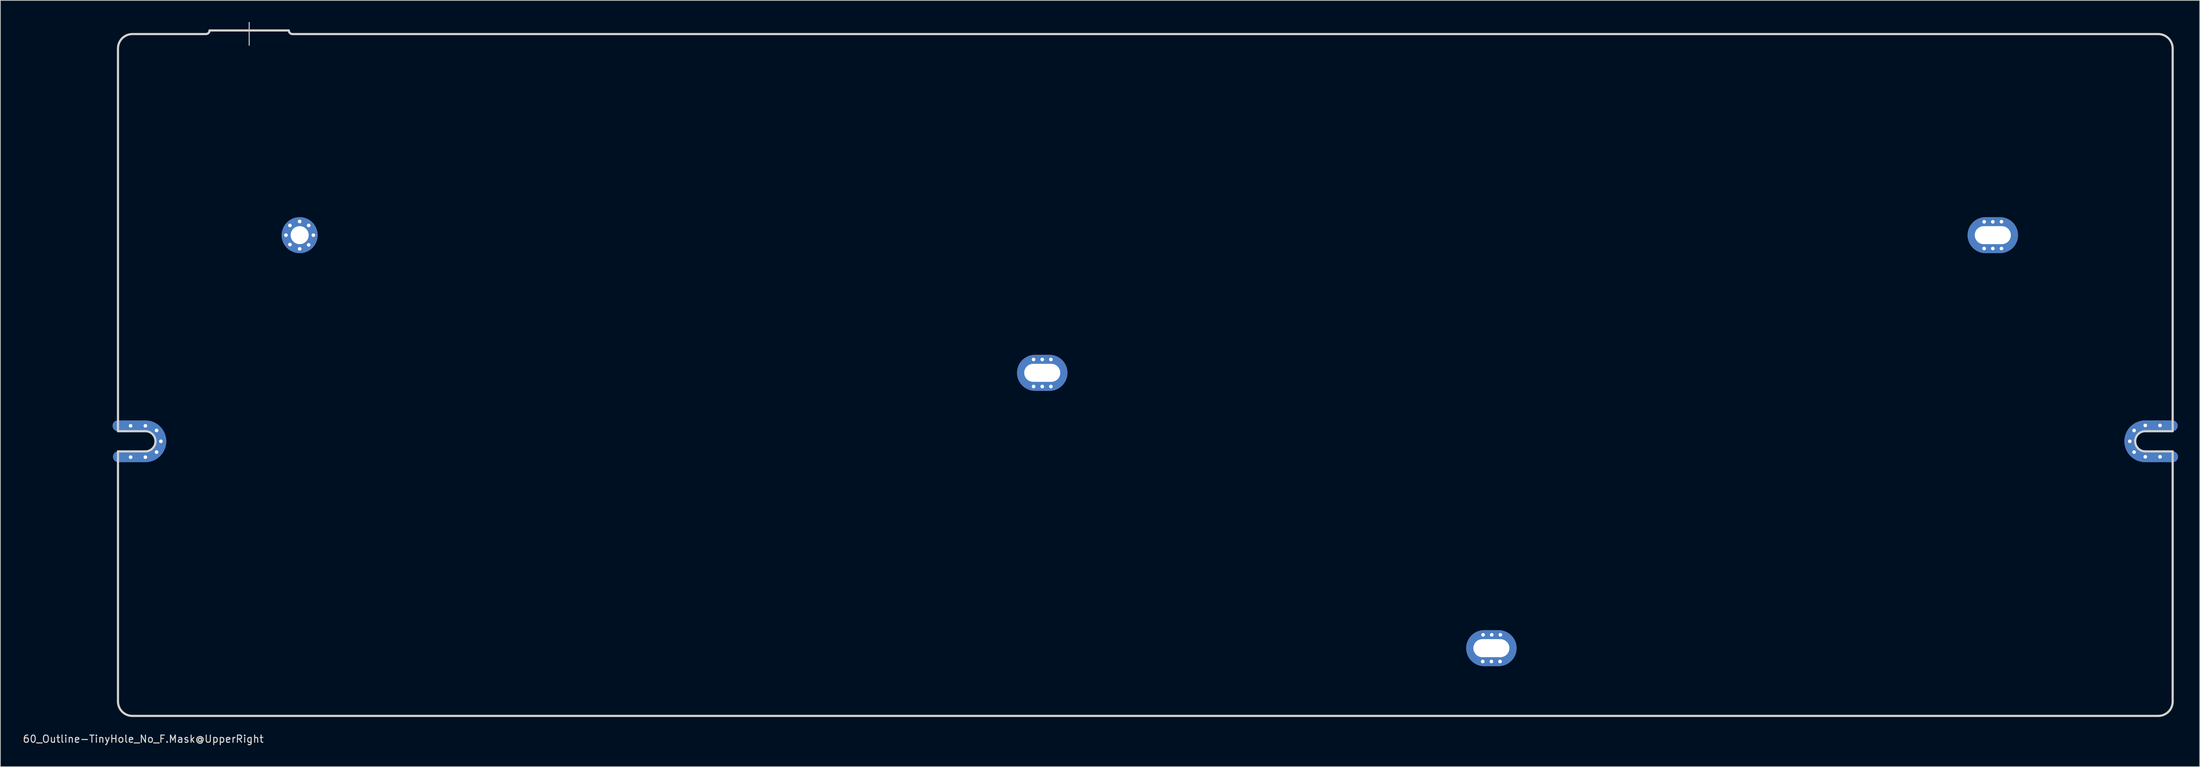
<source format=kicad_pcb>
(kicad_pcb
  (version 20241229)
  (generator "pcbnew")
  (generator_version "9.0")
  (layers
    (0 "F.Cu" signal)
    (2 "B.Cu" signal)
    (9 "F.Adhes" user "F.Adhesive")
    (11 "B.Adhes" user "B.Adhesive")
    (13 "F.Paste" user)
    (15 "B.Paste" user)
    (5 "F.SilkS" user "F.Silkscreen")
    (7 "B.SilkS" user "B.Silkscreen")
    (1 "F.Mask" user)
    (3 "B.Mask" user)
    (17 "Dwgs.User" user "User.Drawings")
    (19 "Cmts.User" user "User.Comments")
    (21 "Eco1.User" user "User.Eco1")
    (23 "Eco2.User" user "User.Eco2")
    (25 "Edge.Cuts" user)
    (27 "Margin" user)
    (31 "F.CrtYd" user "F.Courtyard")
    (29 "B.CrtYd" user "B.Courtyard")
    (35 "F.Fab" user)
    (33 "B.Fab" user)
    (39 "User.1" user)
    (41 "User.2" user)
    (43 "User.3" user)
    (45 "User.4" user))
  (footprint "60_Outline-TinyHole_No_F.Mask@UpperRight"
    (layer "F.Cu")
    (at 155.815 48.975)
    (property "Reference" "60_Outline-TinyHole_No_F.Mask@UpperRight" (at -139 50.5 0) (layer "Edge.Cuts") (effects (font (size 1 1) (thickness 0.15))))
    (attr through_hole)
    (fp_line (start -142.5 7.05) (end -138.7 7.05) (stroke (width 1.5) (type solid)) (layer "F.Cu"))
    (fp_line (start -142.45 11.35) (end -138.65 11.35) (stroke (width 1.5) (type solid)) (layer "F.Cu"))
    (fp_line (start 142.45 7.05) (end 138.65 7.05) (stroke (width 1.5) (type solid)) (layer "F.Cu"))
    (fp_line (start 142.5 11.35) (end 138.7 11.35) (stroke (width 1.5) (type solid)) (layer "F.Cu"))
    (fp_arc (start -138.7 7.05) (mid -137.17972 7.67972) (end -136.55 9.2) (stroke (width 1.5) (type solid)) (layer "F.Cu"))
    (fp_arc (start -136.55 9.2) (mid -137.17972 10.72028) (end -138.7 11.35) (stroke (width 1.5) (type solid)) (layer "F.Cu"))
    (fp_arc (start 136.55 9.2) (mid 137.17972 7.67972) (end 138.7 7.05) (stroke (width 1.5) (type solid)) (layer "F.Cu"))
    (fp_arc (start 138.7 11.35) (mid 137.17972 10.72028) (end 136.55 9.2) (stroke (width 1.5) (type solid)) (layer "F.Cu"))
    (fp_line (start -142.5 7.05) (end -138.7 7.05) (stroke (width 1.5) (type solid)) (layer "F.Mask"))
    (fp_line (start -142.45 11.35) (end -138.65 11.35) (stroke (width 1.5) (type solid)) (layer "F.Mask"))
    (fp_line (start 142.45 7.05) (end 138.65 7.05) (stroke (width 1.5) (type solid)) (layer "F.Mask"))
    (fp_line (start 142.5 11.35) (end 138.7 11.35) (stroke (width 1.5) (type solid)) (layer "F.Mask"))
    (fp_arc (start -138.7 7.05) (mid -137.17972 7.67972) (end -136.55 9.2) (stroke (width 1.5) (type solid)) (layer "F.Mask"))
    (fp_arc (start -136.55 9.2) (mid -137.17972 10.72028) (end -138.7 11.35) (stroke (width 1.5) (type solid)) (layer "F.Mask"))
    (fp_arc (start 136.55 9.2) (mid 137.17972 7.67972) (end 138.7 7.05) (stroke (width 1.5) (type solid)) (layer "F.Mask"))
    (fp_arc (start 138.7 11.35) (mid 137.17972 10.72028) (end 136.55 9.2) (stroke (width 1.5) (type solid)) (layer "F.Mask"))
    (fp_line (start -142.5 7.05) (end -138.7 7.05) (stroke (width 1.5) (type solid)) (layer "B.Cu"))
    (fp_line (start -142.45 11.35) (end -138.65 11.35) (stroke (width 1.5) (type solid)) (layer "B.Cu"))
    (fp_line (start 142.45 7.05) (end 138.65 7.05) (stroke (width 1.5) (type solid)) (layer "B.Cu"))
    (fp_line (start 142.5 11.35) (end 138.7 11.35) (stroke (width 1.5) (type solid)) (layer "B.Cu"))
    (fp_arc (start -138.7 7.05) (mid -137.17972 7.67972) (end -136.55 9.2) (stroke (width 1.5) (type solid)) (layer "B.Cu"))
    (fp_arc (start -136.55 9.2) (mid -137.17972 10.72028) (end -138.7 11.35) (stroke (width 1.5) (type solid)) (layer "B.Cu"))
    (fp_arc (start 136.55 9.2) (mid 137.17972 7.67972) (end 138.7 7.05) (stroke (width 1.5) (type solid)) (layer "B.Cu"))
    (fp_arc (start 138.7 11.35) (mid 137.17972 10.72028) (end 136.55 9.2) (stroke (width 1.5) (type solid)) (layer "B.Cu"))
    (fp_line (start -142.5 7.05) (end -138.7 7.05) (stroke (width 1.5) (type solid)) (layer "B.Mask"))
    (fp_line (start -142.45 11.35) (end -138.65 11.35) (stroke (width 1.5) (type solid)) (layer "B.Mask"))
    (fp_line (start 142.45 7.05) (end 138.65 7.05) (stroke (width 1.5) (type solid)) (layer "B.Mask"))
    (fp_line (start 142.5 11.35) (end 138.7 11.35) (stroke (width 1.5) (type solid)) (layer "B.Mask"))
    (fp_arc (start -138.7 7.05) (mid -137.17972 7.67972) (end -136.55 9.2) (stroke (width 1.5) (type solid)) (layer "B.Mask"))
    (fp_arc (start -136.55 9.2) (mid -137.17972 10.72028) (end -138.7 11.35) (stroke (width 1.5) (type solid)) (layer "B.Mask"))
    (fp_arc (start 136.55 9.2) (mid 137.17972 7.67972) (end 138.7 7.05) (stroke (width 1.5) (type solid)) (layer "B.Mask"))
    (fp_arc (start 138.7 11.35) (mid 137.17972 10.72028) (end 136.55 9.2) (stroke (width 1.5) (type solid)) (layer "B.Mask"))
    (fp_line (start -124.3 -48.9) (end -124.3 -45.75) (stroke (width 0.15) (type solid)) (layer "Dwgs.User"))
    (fp_line (start -142.5 7.8) (end -142.5 -45.3) (stroke (width 0.3) (type solid)) (layer "Edge.Cuts"))
    (fp_line (start -142.5 10.6) (end -138.7 10.6) (stroke (width 0.3) (type solid)) (layer "Edge.Cuts"))
    (fp_line (start -142.5 45.3) (end -142.5 10.6) (stroke (width 0.3) (type solid)) (layer "Edge.Cuts"))
    (fp_line (start -140.5 -47.3) (end -130.3 -47.3) (stroke (width 0.3) (type solid)) (layer "Edge.Cuts"))
    (fp_line (start -138.7 7.8) (end -142.5 7.8) (stroke (width 0.3) (type solid)) (layer "Edge.Cuts"))
    (fp_line (start -129.8 -47.8) (end -118.8 -47.8) (stroke (width 0.3) (type solid)) (layer "Edge.Cuts"))
    (fp_line (start 138.7 7.8) (end 142.5 7.8) (stroke (width 0.3) (type solid)) (layer "Edge.Cuts"))
    (fp_line (start 138.7 10.6) (end 142.5 10.6) (stroke (width 0.3) (type solid)) (layer "Edge.Cuts"))
    (fp_line (start 140.5 -47.3) (end -118.3 -47.3) (stroke (width 0.3) (type solid)) (layer "Edge.Cuts"))
    (fp_line (start 140.5 47.3) (end -140.5 47.3) (stroke (width 0.3) (type solid)) (layer "Edge.Cuts"))
    (fp_line (start 142.5 7.8) (end 142.5 -45.3) (stroke (width 0.3) (type solid)) (layer "Edge.Cuts"))
    (fp_line (start 142.5 10.6) (end 142.5 45.3) (stroke (width 0.3) (type solid)) (layer "Edge.Cuts"))
    (fp_arc (start -142.5 -45.3) (mid -141.914214 -46.714214) (end -140.5 -47.3) (stroke (width 0.3) (type solid)) (layer "Edge.Cuts"))
    (fp_arc (start -140.5 47.3) (mid -141.914214 46.714214) (end -142.5 45.3) (stroke (width 0.3) (type solid)) (layer "Edge.Cuts"))
    (fp_arc (start -138.7 7.8) (mid -137.710051 8.210051) (end -137.3 9.2) (stroke (width 0.3) (type solid)) (layer "Edge.Cuts"))
    (fp_arc (start -137.3 9.2) (mid -137.710051 10.189949) (end -138.7 10.6) (stroke (width 0.3) (type solid)) (layer "Edge.Cuts"))
    (fp_arc (start -129.8 -47.8) (mid -129.946447 -47.446447) (end -130.3 -47.3) (stroke (width 0.3) (type solid)) (layer "Edge.Cuts"))
    (fp_arc (start -118.3 -47.3) (mid -118.653553 -47.446447) (end -118.8 -47.8) (stroke (width 0.3) (type solid)) (layer "Edge.Cuts"))
    (fp_arc (start 137.3 9.2) (mid 137.710051 8.210051) (end 138.7 7.8) (stroke (width 0.3) (type solid)) (layer "Edge.Cuts"))
    (fp_arc (start 138.7 10.6) (mid 137.710051 10.189949) (end 137.3 9.2) (stroke (width 0.3) (type solid)) (layer "Edge.Cuts"))
    (fp_arc (start 140.5 -47.3) (mid 141.914214 -46.714214) (end 142.5 -45.3) (stroke (width 0.3) (type solid)) (layer "Edge.Cuts"))
    (fp_arc (start 142.5 45.3) (mid 141.914214 46.714214) (end 140.5 47.3) (stroke (width 0.3) (type solid)) (layer "Edge.Cuts"))
    (pad "1" thru_hole circle (at -140.75 7.05) (size 1 1) (drill 0.5) (layers "*.Cu" "*.Mask"))
    (pad "1" thru_hole circle (at -140.742 11.4) (size 1 1) (drill 0.5) (layers "*.Cu" "*.Mask"))
    (pad "1" thru_hole circle (at -138.7 7.05) (size 1 1) (drill 0.5) (layers "*.Cu" "*.Mask"))
    (pad "1" thru_hole circle (at -138.7 11.4) (size 1 1) (drill 0.5) (layers "*.Cu" "*.Mask"))
    (pad "1" thru_hole circle (at -137.15 7.7) (size 1 1) (drill 0.5) (layers "*.Cu" "*.Mask"))
    (pad "1" thru_hole circle (at -137.15 10.7 180) (size 1 1) (drill 0.5) (layers "*.Cu" "*.Mask"))
    (pad "1" thru_hole circle (at -136.55 9.2) (size 1 1) (drill 0.5) (layers "*.Cu" "*.Mask"))
    (pad "1" thru_hole circle (at -119.2 -19.4) (size 1 1) (drill 0.5) (layers "*.Cu" "*.Mask"))
    (pad "1" thru_hole circle (at -118.65 -20.75) (size 1 1) (drill 0.5) (layers "*.Cu" "*.Mask"))
    (pad "1" thru_hole circle (at -118.65 -18.1) (size 1 1) (drill 0.5) (layers "*.Cu" "*.Mask"))
    (pad "1" thru_hole circle (at -117.3 -21.3) (size 1 1) (drill 0.5) (layers "*.Cu" "*.Mask"))
    (pad "1" thru_hole circle (at -117.3 -19.4) (size 5 5) (drill 2.499) (layers "*.Cu" "*.Mask"))
    (pad "1" thru_hole circle (at -117.3 -17.5) (size 1 1) (drill 0.5) (layers "*.Cu" "*.Mask"))
    (pad "1" thru_hole circle (at -116.05 -20.75) (size 1 1) (drill 0.5) (layers "*.Cu" "*.Mask"))
    (pad "1" thru_hole circle (at -116.05 -18.05) (size 1 1) (drill 0.5) (layers "*.Cu" "*.Mask"))
    (pad "1" thru_hole circle (at -115.4 -19.4) (size 1 1) (drill 0.5) (layers "*.Cu" "*.Mask"))
    (pad "1" thru_hole circle (at -15.5 -2.15) (size 1 1) (drill 0.5) (layers "*.Cu" "*.Mask"))
    (pad "1" thru_hole circle (at -15.5 1.6) (size 1 1) (drill 0.5) (layers "*.Cu" "*.Mask"))
    (pad "1" thru_hole circle (at -14.3 -2.15) (size 1 1) (drill 0.5) (layers "*.Cu" "*.Mask"))
    (pad "1" thru_hole oval (at -14.3 -0.3) (size 7 5) (drill oval 5.001 2.499) (layers "*.Cu" "*.Mask"))
    (pad "1" thru_hole circle (at -14.3 1.6) (size 1 1) (drill 0.5) (layers "*.Cu" "*.Mask"))
    (pad "1" thru_hole circle (at -13.1 -2.15) (size 1 1) (drill 0.5) (layers "*.Cu" "*.Mask"))
    (pad "1" thru_hole circle (at -13.1 1.6) (size 1 1) (drill 0.5) (layers "*.Cu" "*.Mask"))
    (pad "1" thru_hole circle (at 46.8 39.75) (size 1 1) (drill 0.5) (layers "*.Cu" "*.Mask"))
    (pad "1" thru_hole circle (at 46.85 36.05) (size 1 1) (drill 0.5) (layers "*.Cu" "*.Mask"))
    (pad "1" thru_hole oval (at 48 37.9) (size 7 5) (drill oval 5.001 2.499) (layers "*.Cu" "*.Mask"))
    (pad "1" thru_hole circle (at 48 39.75) (size 1 1) (drill 0.5) (layers "*.Cu" "*.Mask"))
    (pad "1" thru_hole circle (at 48.05 36.05) (size 1 1) (drill 0.5) (layers "*.Cu" "*.Mask"))
    (pad "1" thru_hole circle (at 49.2 39.75) (size 1 1) (drill 0.5) (layers "*.Cu" "*.Mask"))
    (pad "1" thru_hole circle (at 49.25 36.05) (size 1 1) (drill 0.5) (layers "*.Cu" "*.Mask"))
    (pad "1" thru_hole circle (at 116.35 -21.25) (size 1 1) (drill 0.5) (layers "*.Cu" "*.Mask"))
    (pad "1" thru_hole circle (at 116.35 -17.55) (size 1 1) (drill 0.5) (layers "*.Cu" "*.Mask"))
    (pad "1" thru_hole circle (at 117.55 -21.25) (size 1 1) (drill 0.5) (layers "*.Cu" "*.Mask"))
    (pad "1" thru_hole oval (at 117.55 -19.4) (size 7 5) (drill oval 5.001 2.499) (layers "*.Cu" "F.Mask"))
    (pad "1" thru_hole circle (at 117.55 -17.55) (size 1 1) (drill 0.5) (layers "*.Cu" "*.Mask"))
    (pad "1" thru_hole circle (at 118.75 -21.267) (size 1 1) (drill 0.5) (layers "*.Cu" "*.Mask"))
    (pad "1" thru_hole circle (at 118.75 -17.55) (size 1 1) (drill 0.5) (layers "*.Cu" "*.Mask"))
    (pad "1" thru_hole circle (at 136.55 9.2 180) (size 1 1) (drill 0.5) (layers "*.Cu" "*.Mask"))
    (pad "1" thru_hole circle (at 137.15 7.7) (size 1 1) (drill 0.5) (layers "*.Cu" "*.Mask"))
    (pad "1" thru_hole circle (at 137.15 10.7 180) (size 1 1) (drill 0.5) (layers "*.Cu" "*.Mask"))
    (pad "1" thru_hole circle (at 138.7 7 180) (size 1 1) (drill 0.5) (layers "*.Cu" "*.Mask"))
    (pad "1" thru_hole circle (at 138.7 11.35 180) (size 1 1) (drill 0.5) (layers "*.Cu" "*.Mask"))
    (pad "1" thru_hole circle (at 140.742 7 180) (size 1 1) (drill 0.5) (layers "*.Cu" "*.Mask"))
    (pad "1" thru_hole circle (at 140.75 11.35 180) (size 1 1) (drill 0.5) (layers "*.Cu" "*.Mask")))
  (gr_rect
    (start -3 -3)
    (end 302.065 103.323)
    (stroke (width 0.1) (type default))
    (fill no)
    (layer "Edge.Cuts")))
</source>
